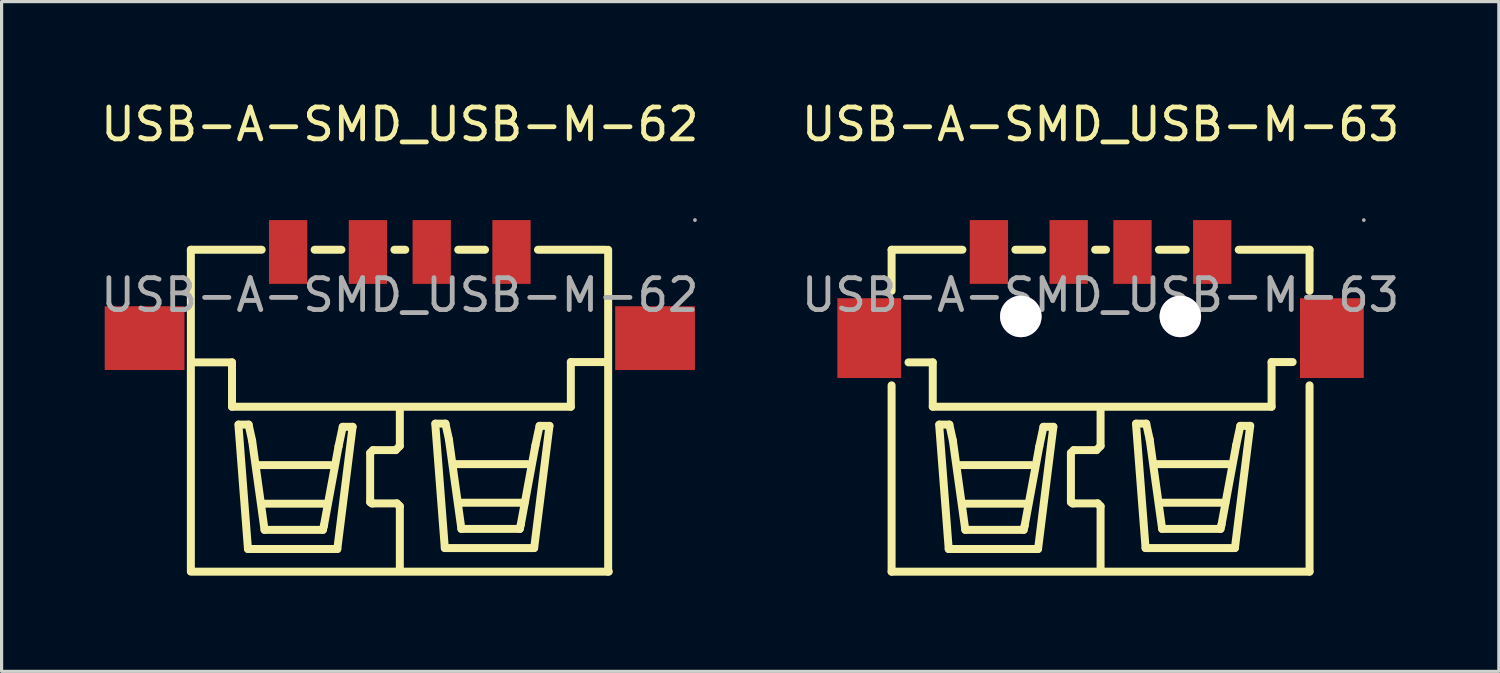
<source format=kicad_pcb>
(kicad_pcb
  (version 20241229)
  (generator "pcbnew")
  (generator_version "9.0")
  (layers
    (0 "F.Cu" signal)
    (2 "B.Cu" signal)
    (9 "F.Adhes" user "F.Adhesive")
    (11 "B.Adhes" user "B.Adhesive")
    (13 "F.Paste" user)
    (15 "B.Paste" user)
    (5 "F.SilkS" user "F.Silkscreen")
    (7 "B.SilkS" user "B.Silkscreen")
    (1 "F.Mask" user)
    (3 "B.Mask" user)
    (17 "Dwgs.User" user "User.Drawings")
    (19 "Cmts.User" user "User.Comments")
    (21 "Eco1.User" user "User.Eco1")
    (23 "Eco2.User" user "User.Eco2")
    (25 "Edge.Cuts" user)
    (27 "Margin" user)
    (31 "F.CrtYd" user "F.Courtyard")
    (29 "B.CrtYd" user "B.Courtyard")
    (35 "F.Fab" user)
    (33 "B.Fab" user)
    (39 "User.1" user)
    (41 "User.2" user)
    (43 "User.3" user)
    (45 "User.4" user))
  (footprint "USB-A-SMD_USB-M-62"
    (layer "F.Cu")
    (at 9.482 6.198)
    (property "Reference" "USB-A-SMD_USB-M-62" (at 0 -5.35 0) (layer "F.SilkS") (effects (font (size 1 1) (thickness 0.15))))
    (attr through_hole)
    (fp_line (start -6.55 -1.42) (end -4.33 -1.42) (stroke (width 0.25) (type solid)) (layer "F.SilkS"))
    (fp_line (start -6.55 8.65) (end -6.55 -1.42) (stroke (width 0.25) (type solid)) (layer "F.SilkS"))
    (fp_line (start -6.55 8.67) (end 6.55 8.67) (stroke (width 0.25) (type solid)) (layer "F.SilkS"))
    (fp_line (start -6.48 2.11) (end -5.26 2.11) (stroke (width 0.25) (type solid)) (layer "F.SilkS"))
    (fp_line (start -5.26 2.11) (end -5.26 3.5) (stroke (width 0.25) (type solid)) (layer "F.SilkS"))
    (fp_line (start -5.26 3.5) (end 5.36 3.5) (stroke (width 0.25) (type solid)) (layer "F.SilkS"))
    (fp_line (start -5.06 4.06) (end -4.76 7.96) (stroke (width 0.25) (type solid)) (layer "F.SilkS"))
    (fp_line (start -4.76 7.96) (end -1.96 7.96) (stroke (width 0.25) (type solid)) (layer "F.SilkS"))
    (fp_line (start -4.74 4.06) (end -5.05 4.06) (stroke (width 0.25) (type solid)) (layer "F.SilkS"))
    (fp_line (start -4.63 4.56) (end -4.74 4.06) (stroke (width 0.25) (type solid)) (layer "F.SilkS"))
    (fp_line (start -4.44 5.33) (end -2.18 5.33) (stroke (width 0.25) (type solid)) (layer "F.SilkS"))
    (fp_line (start -4.3 6.54) (end -2.27 6.54) (stroke (width 0.25) (type solid)) (layer "F.SilkS"))
    (fp_line (start -4.24 7.36) (end -4.63 4.56) (stroke (width 0.25) (type solid)) (layer "F.SilkS"))
    (fp_line (start -2.67 -1.42) (end -1.83 -1.42) (stroke (width 0.25) (type solid)) (layer "F.SilkS"))
    (fp_line (start -2.41 7.36) (end -4.24 7.36) (stroke (width 0.25) (type solid)) (layer "F.SilkS"))
    (fp_line (start -2.38 7.23) (end -2.41 7.36) (stroke (width 0.25) (type solid)) (layer "F.SilkS"))
    (fp_line (start -1.96 7.96) (end -1.48 4.13) (stroke (width 0.25) (type solid)) (layer "F.SilkS"))
    (fp_line (start -1.92 4.74) (end -2.38 7.23) (stroke (width 0.25) (type solid)) (layer "F.SilkS"))
    (fp_line (start -1.79 4.13) (end -1.92 4.74) (stroke (width 0.25) (type solid)) (layer "F.SilkS"))
    (fp_line (start -1.48 4.13) (end -1.79 4.13) (stroke (width 0.25) (type solid)) (layer "F.SilkS"))
    (fp_line (start -0.93 4.95) (end -0.93 6.49) (stroke (width 0.25) (type solid)) (layer "F.SilkS"))
    (fp_line (start -0.93 6.49) (end -0.88 6.53) (stroke (width 0.25) (type solid)) (layer "F.SilkS"))
    (fp_line (start -0.88 6.53) (end -0.84 6.53) (stroke (width 0.25) (type solid)) (layer "F.SilkS"))
    (fp_line (start -0.84 4.86) (end -0.93 4.95) (stroke (width 0.25) (type solid)) (layer "F.SilkS"))
    (fp_line (start -0.84 6.53) (end -0.09 6.53) (stroke (width 0.25) (type solid)) (layer "F.SilkS"))
    (fp_line (start -0.17 -1.42) (end 0.17 -1.42) (stroke (width 0.25) (type solid)) (layer "F.SilkS"))
    (fp_line (start -0.13 4.86) (end -0.84 4.86) (stroke (width 0.25) (type solid)) (layer "F.SilkS"))
    (fp_line (start -0.09 6.53) (end 0 6.62) (stroke (width 0.25) (type solid)) (layer "F.SilkS"))
    (fp_line (start 0 3.59) (end 0 4.73) (stroke (width 0.25) (type solid)) (layer "F.SilkS"))
    (fp_line (start 0 4.73) (end -0.13 4.86) (stroke (width 0.25) (type solid)) (layer "F.SilkS"))
    (fp_line (start 0 6.62) (end 0 8.62) (stroke (width 0.25) (type solid)) (layer "F.SilkS"))
    (fp_line (start 1.11 4.03) (end 1.41 7.93) (stroke (width 0.25) (type solid)) (layer "F.SilkS"))
    (fp_line (start 1.41 7.93) (end 4.21 7.93) (stroke (width 0.25) (type solid)) (layer "F.SilkS"))
    (fp_line (start 1.43 4.03) (end 1.12 4.03) (stroke (width 0.25) (type solid)) (layer "F.SilkS"))
    (fp_line (start 1.54 4.53) (end 1.43 4.03) (stroke (width 0.25) (type solid)) (layer "F.SilkS"))
    (fp_line (start 1.74 5.3) (end 4 5.3) (stroke (width 0.25) (type solid)) (layer "F.SilkS"))
    (fp_line (start 1.83 -1.42) (end 2.67 -1.42) (stroke (width 0.25) (type solid)) (layer "F.SilkS"))
    (fp_line (start 1.88 6.51) (end 3.91 6.51) (stroke (width 0.25) (type solid)) (layer "F.SilkS"))
    (fp_line (start 1.93 7.33) (end 1.54 4.53) (stroke (width 0.25) (type solid)) (layer "F.SilkS"))
    (fp_line (start 3.76 7.33) (end 1.93 7.33) (stroke (width 0.25) (type solid)) (layer "F.SilkS"))
    (fp_line (start 3.79 7.2) (end 3.76 7.33) (stroke (width 0.25) (type solid)) (layer "F.SilkS"))
    (fp_line (start 4.21 7.93) (end 4.69 4.1) (stroke (width 0.25) (type solid)) (layer "F.SilkS"))
    (fp_line (start 4.25 4.71) (end 3.79 7.2) (stroke (width 0.25) (type solid)) (layer "F.SilkS"))
    (fp_line (start 4.33 -1.42) (end 6.45 -1.42) (stroke (width 0.25) (type solid)) (layer "F.SilkS"))
    (fp_line (start 4.38 4.1) (end 4.25 4.71) (stroke (width 0.25) (type solid)) (layer "F.SilkS"))
    (fp_line (start 4.69 4.1) (end 4.38 4.1) (stroke (width 0.25) (type solid)) (layer "F.SilkS"))
    (fp_line (start 5.36 2.1) (end 6.52 2.1) (stroke (width 0.25) (type solid)) (layer "F.SilkS"))
    (fp_line (start 5.36 3.5) (end 5.36 2.1) (stroke (width 0.25) (type solid)) (layer "F.SilkS"))
    (fp_line (start 6.53 -1.42) (end 6.53 8.67) (stroke (width 0.25) (type solid)) (layer "F.SilkS"))
    (fp_circle (center 9.25 -2.35) (end 9.28 -2.35) (stroke (width 0.06) (type solid)) (fill no) (layer "F.Fab"))
    (fp_text user "${REFERENCE}" (at 0 0 0) (layer "F.Fab") (effects (font (size 1 1) (thickness 0.15))))
    (pad "0" smd rect (at -8 1.35 180) (size 2.5 2) (layers "F.Cu" "F.Mask" "F.Paste"))
    (pad "0" smd rect (at 8 1.35 180) (size 2.5 2) (layers "F.Cu" "F.Mask" "F.Paste"))
    (pad "1" smd rect (at 3.5 -1.35 90) (size 2 1.2) (layers "F.Cu" "F.Mask" "F.Paste"))
    (pad "2" smd rect (at 1 -1.35 90) (size 2 1.2) (layers "F.Cu" "F.Mask" "F.Paste"))
    (pad "3" smd rect (at -1 -1.35 90) (size 2 1.2) (layers "F.Cu" "F.Mask" "F.Paste"))
    (pad "4" smd rect (at -3.5 -1.35 90) (size 2 1.2) (layers "F.Cu" "F.Mask" "F.Paste")))
  (footprint "USB-A-SMD_USB-M-63"
    (layer "F.Cu")
    (at 31.446 6.198)
    (property "Reference" "USB-A-SMD_USB-M-63" (at 0 -5.35 0) (layer "F.SilkS") (effects (font (size 1 1) (thickness 0.15))))
    (attr through_hole)
    (fp_line (start -6.55 -1.42) (end -6.55 -0.13) (stroke (width 0.25) (type solid)) (layer "F.SilkS"))
    (fp_line (start -6.55 -1.42) (end -4.33 -1.42) (stroke (width 0.25) (type solid)) (layer "F.SilkS"))
    (fp_line (start -6.55 2.83) (end -6.55 8.67) (stroke (width 0.25) (type solid)) (layer "F.SilkS"))
    (fp_line (start -6.55 8.67) (end 6.55 8.67) (stroke (width 0.25) (type solid)) (layer "F.SilkS"))
    (fp_line (start -5.26 2.11) (end -6.02 2.11) (stroke (width 0.25) (type solid)) (layer "F.SilkS"))
    (fp_line (start -5.26 2.11) (end -5.26 3.5) (stroke (width 0.25) (type solid)) (layer "F.SilkS"))
    (fp_line (start -5.26 3.5) (end 5.36 3.5) (stroke (width 0.25) (type solid)) (layer "F.SilkS"))
    (fp_line (start -5.06 4.06) (end -4.76 7.96) (stroke (width 0.25) (type solid)) (layer "F.SilkS"))
    (fp_line (start -4.76 7.96) (end -1.96 7.96) (stroke (width 0.25) (type solid)) (layer "F.SilkS"))
    (fp_line (start -4.74 4.06) (end -5.05 4.06) (stroke (width 0.25) (type solid)) (layer "F.SilkS"))
    (fp_line (start -4.63 4.56) (end -4.74 4.06) (stroke (width 0.25) (type solid)) (layer "F.SilkS"))
    (fp_line (start -4.44 5.33) (end -2.18 5.33) (stroke (width 0.25) (type solid)) (layer "F.SilkS"))
    (fp_line (start -4.3 6.54) (end -2.27 6.54) (stroke (width 0.25) (type solid)) (layer "F.SilkS"))
    (fp_line (start -4.24 7.36) (end -4.63 4.56) (stroke (width 0.25) (type solid)) (layer "F.SilkS"))
    (fp_line (start -2.67 -1.42) (end -1.83 -1.42) (stroke (width 0.25) (type solid)) (layer "F.SilkS"))
    (fp_line (start -2.41 7.36) (end -4.24 7.36) (stroke (width 0.25) (type solid)) (layer "F.SilkS"))
    (fp_line (start -2.38 7.23) (end -2.41 7.36) (stroke (width 0.25) (type solid)) (layer "F.SilkS"))
    (fp_line (start -1.96 7.96) (end -1.48 4.13) (stroke (width 0.25) (type solid)) (layer "F.SilkS"))
    (fp_line (start -1.92 4.74) (end -2.38 7.23) (stroke (width 0.25) (type solid)) (layer "F.SilkS"))
    (fp_line (start -1.79 4.13) (end -1.92 4.74) (stroke (width 0.25) (type solid)) (layer "F.SilkS"))
    (fp_line (start -1.48 4.13) (end -1.79 4.13) (stroke (width 0.25) (type solid)) (layer "F.SilkS"))
    (fp_line (start -0.93 4.95) (end -0.93 6.49) (stroke (width 0.25) (type solid)) (layer "F.SilkS"))
    (fp_line (start -0.93 6.49) (end -0.88 6.53) (stroke (width 0.25) (type solid)) (layer "F.SilkS"))
    (fp_line (start -0.88 6.53) (end -0.84 6.53) (stroke (width 0.25) (type solid)) (layer "F.SilkS"))
    (fp_line (start -0.84 4.86) (end -0.93 4.95) (stroke (width 0.25) (type solid)) (layer "F.SilkS"))
    (fp_line (start -0.84 6.53) (end -0.09 6.53) (stroke (width 0.25) (type solid)) (layer "F.SilkS"))
    (fp_line (start -0.17 -1.42) (end 0.17 -1.42) (stroke (width 0.25) (type solid)) (layer "F.SilkS"))
    (fp_line (start -0.13 4.86) (end -0.84 4.86) (stroke (width 0.25) (type solid)) (layer "F.SilkS"))
    (fp_line (start -0.09 6.53) (end 0 6.62) (stroke (width 0.25) (type solid)) (layer "F.SilkS"))
    (fp_line (start 0 3.59) (end 0 4.73) (stroke (width 0.25) (type solid)) (layer "F.SilkS"))
    (fp_line (start 0 4.73) (end -0.13 4.86) (stroke (width 0.25) (type solid)) (layer "F.SilkS"))
    (fp_line (start 0 6.62) (end 0 8.62) (stroke (width 0.25) (type solid)) (layer "F.SilkS"))
    (fp_line (start 1.11 4.03) (end 1.41 7.93) (stroke (width 0.25) (type solid)) (layer "F.SilkS"))
    (fp_line (start 1.41 7.93) (end 4.21 7.93) (stroke (width 0.25) (type solid)) (layer "F.SilkS"))
    (fp_line (start 1.43 4.03) (end 1.12 4.03) (stroke (width 0.25) (type solid)) (layer "F.SilkS"))
    (fp_line (start 1.54 4.53) (end 1.43 4.03) (stroke (width 0.25) (type solid)) (layer "F.SilkS"))
    (fp_line (start 1.74 5.3) (end 4 5.3) (stroke (width 0.25) (type solid)) (layer "F.SilkS"))
    (fp_line (start 1.83 -1.42) (end 2.67 -1.42) (stroke (width 0.25) (type solid)) (layer "F.SilkS"))
    (fp_line (start 1.88 6.51) (end 3.91 6.51) (stroke (width 0.25) (type solid)) (layer "F.SilkS"))
    (fp_line (start 1.93 7.33) (end 1.54 4.53) (stroke (width 0.25) (type solid)) (layer "F.SilkS"))
    (fp_line (start 3.76 7.33) (end 1.93 7.33) (stroke (width 0.25) (type solid)) (layer "F.SilkS"))
    (fp_line (start 3.79 7.2) (end 3.76 7.33) (stroke (width 0.25) (type solid)) (layer "F.SilkS"))
    (fp_line (start 4.21 7.93) (end 4.69 4.1) (stroke (width 0.25) (type solid)) (layer "F.SilkS"))
    (fp_line (start 4.25 4.71) (end 3.79 7.2) (stroke (width 0.25) (type solid)) (layer "F.SilkS"))
    (fp_line (start 4.33 -1.42) (end 6.55 -1.42) (stroke (width 0.25) (type solid)) (layer "F.SilkS"))
    (fp_line (start 4.38 4.1) (end 4.25 4.71) (stroke (width 0.25) (type solid)) (layer "F.SilkS"))
    (fp_line (start 4.69 4.1) (end 4.38 4.1) (stroke (width 0.25) (type solid)) (layer "F.SilkS"))
    (fp_line (start 5.36 2.1) (end 6.02 2.1) (stroke (width 0.25) (type solid)) (layer "F.SilkS"))
    (fp_line (start 5.36 3.5) (end 5.36 2.1) (stroke (width 0.25) (type solid)) (layer "F.SilkS"))
    (fp_line (start 6.55 -1.42) (end 6.55 -0.13) (stroke (width 0.25) (type solid)) (layer "F.SilkS"))
    (fp_line (start 6.55 2.83) (end 6.55 8.67) (stroke (width 0.25) (type solid)) (layer "F.SilkS"))
    (fp_circle (center -2.5 0.67) (end -2.22 0.67) (stroke (width 0.55) (type solid)) (fill no) (layer "F.Fab"))
    (fp_circle (center 2.5 0.67) (end 2.78 0.67) (stroke (width 0.55) (type solid)) (fill no) (layer "F.Fab"))
    (fp_circle (center 8.25 -2.35) (end 8.28 -2.35) (stroke (width 0.06) (type solid)) (fill no) (layer "F.Fab"))
    (fp_text user "${REFERENCE}" (at 0 0 0) (layer "F.Fab") (effects (font (size 1 1) (thickness 0.15))))
    (pad "" thru_hole circle (at -2.5 0.67) (size 1.3 1.3) (drill 1.3) (layers "*.Cu" "*.Mask"))
    (pad "" thru_hole circle (at 2.5 0.67) (size 1.3 1.3) (drill 1.3) (layers "*.Cu" "*.Mask"))
    (pad "0" smd rect (at -7.25 1.35 270) (size 2.5 2) (layers "F.Cu" "F.Mask" "F.Paste"))
    (pad "0" smd rect (at 7.25 1.35 270) (size 2.5 2) (layers "F.Cu" "F.Mask" "F.Paste"))
    (pad "1" smd rect (at 3.5 -1.35 90) (size 2 1.2) (layers "F.Cu" "F.Mask" "F.Paste"))
    (pad "2" smd rect (at 1 -1.35 90) (size 2 1.2) (layers "F.Cu" "F.Mask" "F.Paste"))
    (pad "3" smd rect (at -1 -1.35 90) (size 2 1.2) (layers "F.Cu" "F.Mask" "F.Paste"))
    (pad "4" smd rect (at -3.5 -1.35 90) (size 2 1.2) (layers "F.Cu" "F.Mask" "F.Paste")))
  (gr_rect
    (start -3 -3)
    (end 43.929 17.993)
    (stroke (width 0.1) (type default))
    (fill no)
    (layer "Edge.Cuts")))
</source>
